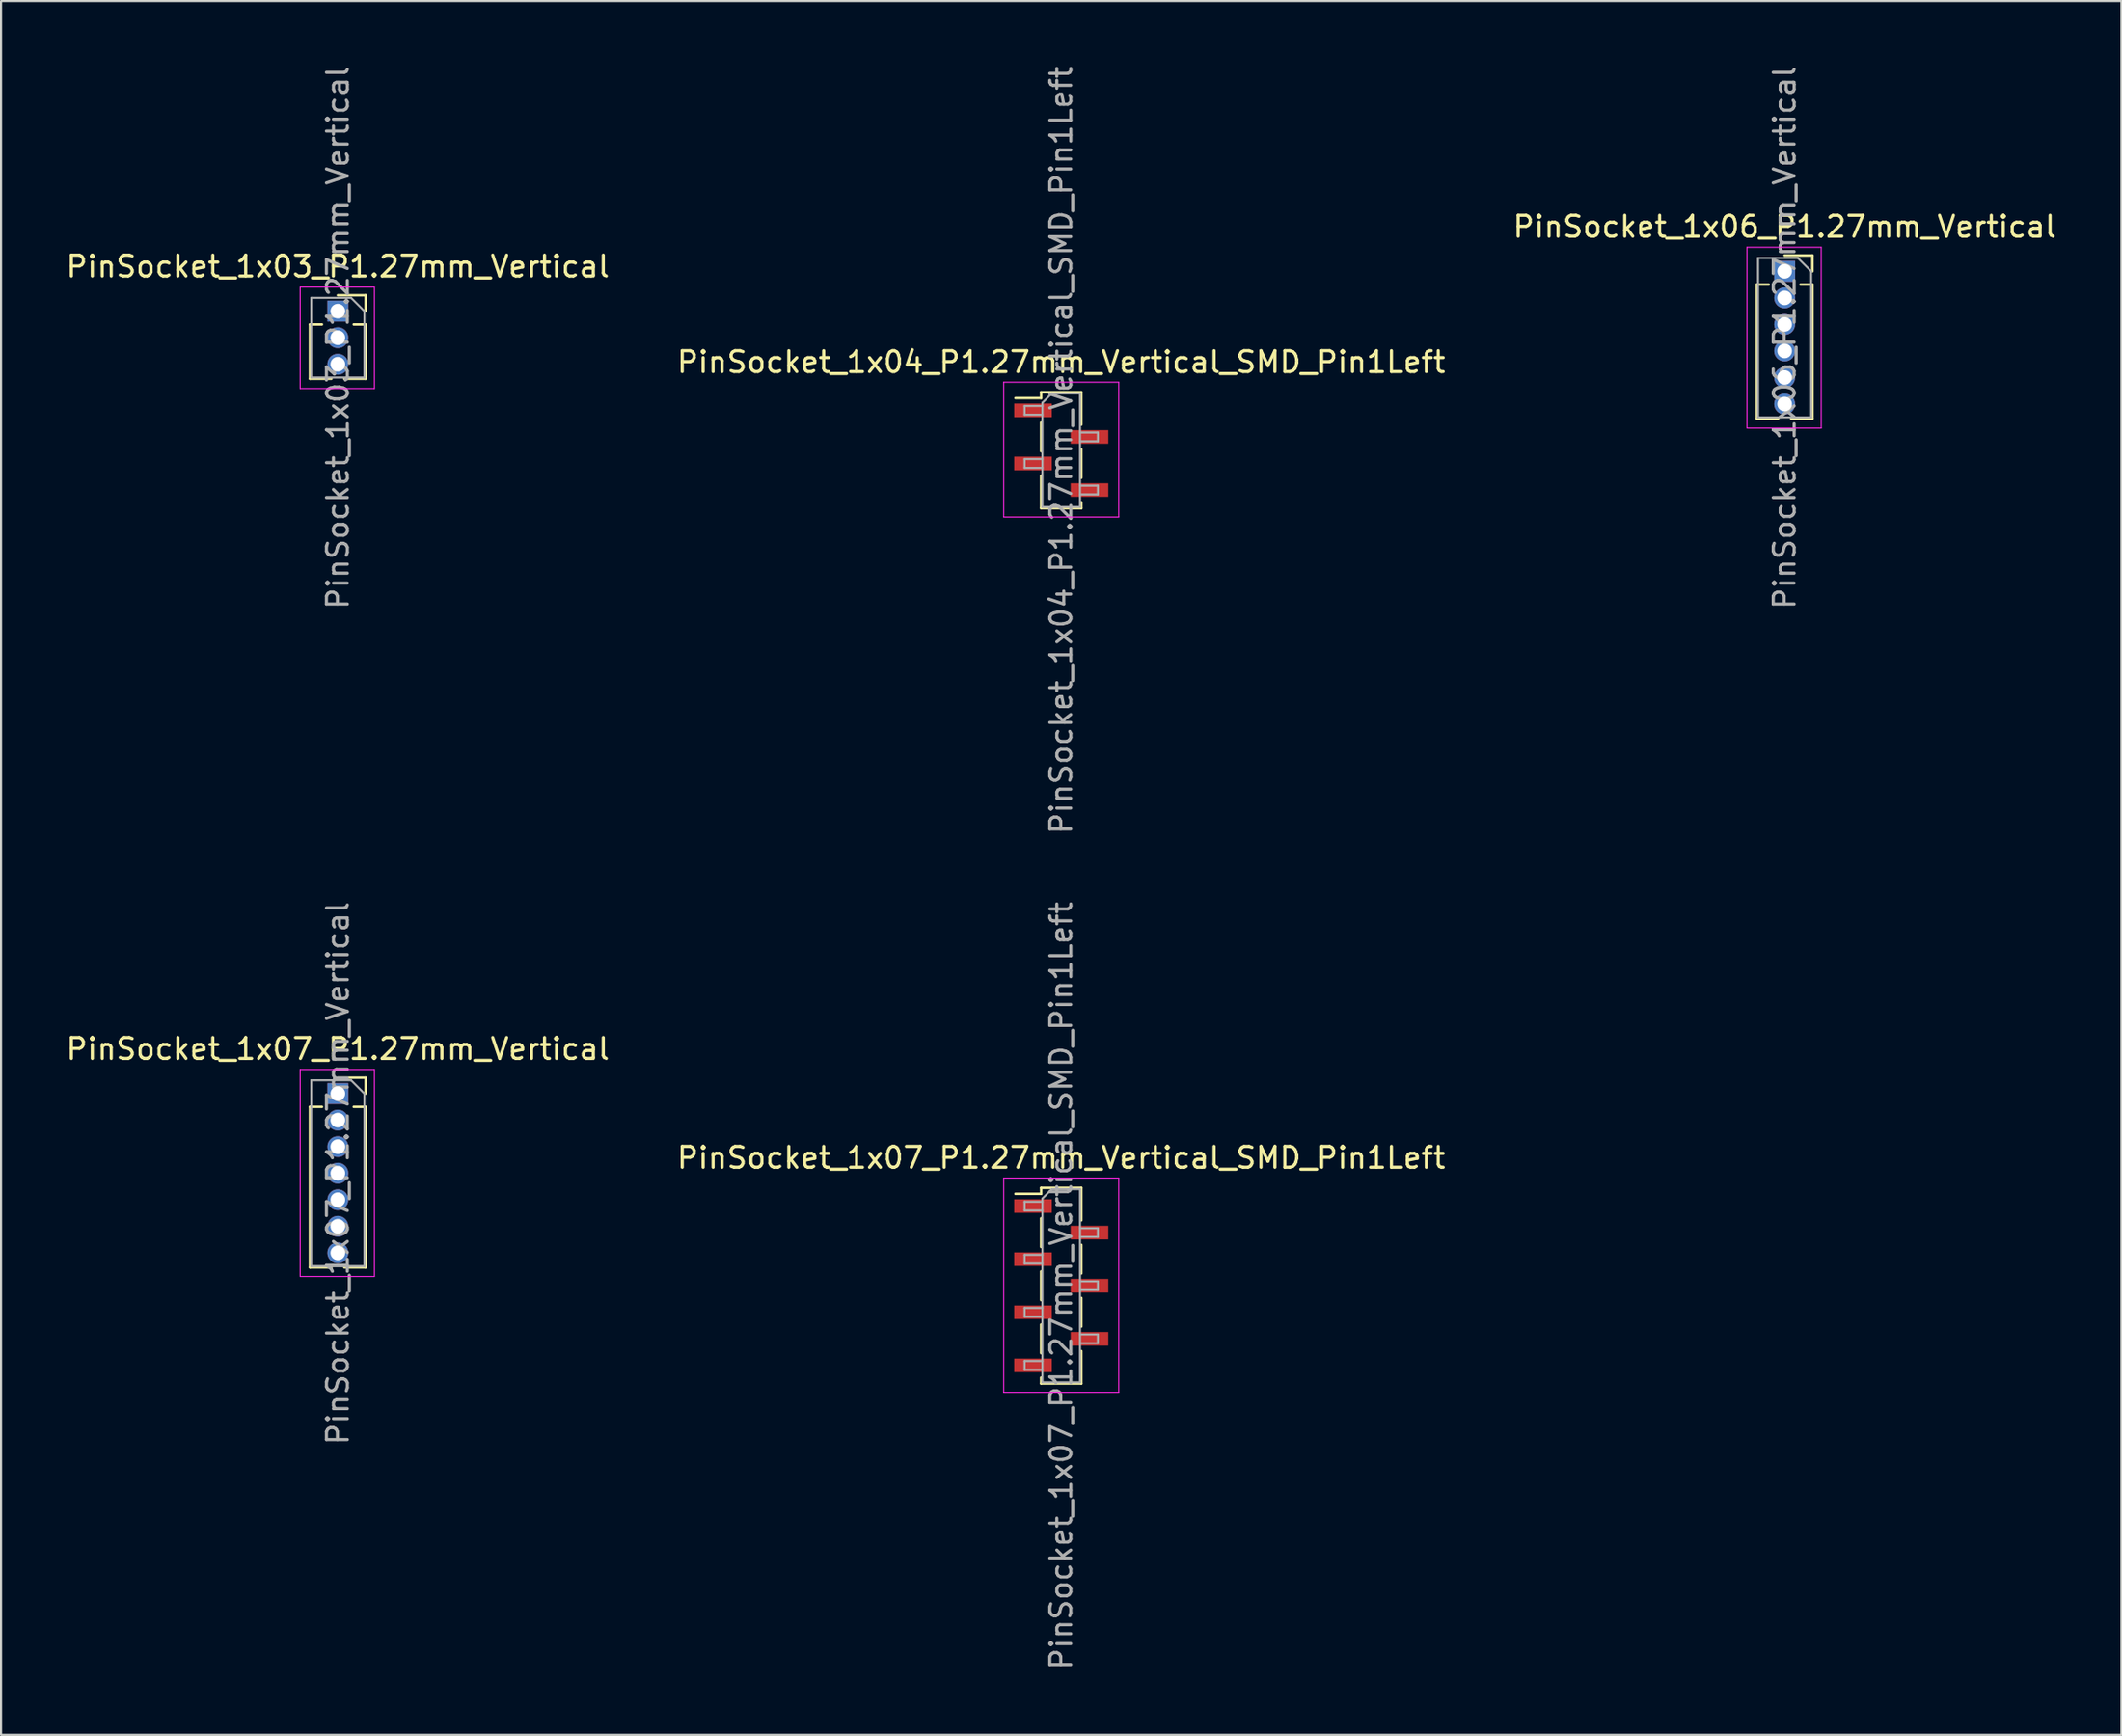
<source format=kicad_pcb>
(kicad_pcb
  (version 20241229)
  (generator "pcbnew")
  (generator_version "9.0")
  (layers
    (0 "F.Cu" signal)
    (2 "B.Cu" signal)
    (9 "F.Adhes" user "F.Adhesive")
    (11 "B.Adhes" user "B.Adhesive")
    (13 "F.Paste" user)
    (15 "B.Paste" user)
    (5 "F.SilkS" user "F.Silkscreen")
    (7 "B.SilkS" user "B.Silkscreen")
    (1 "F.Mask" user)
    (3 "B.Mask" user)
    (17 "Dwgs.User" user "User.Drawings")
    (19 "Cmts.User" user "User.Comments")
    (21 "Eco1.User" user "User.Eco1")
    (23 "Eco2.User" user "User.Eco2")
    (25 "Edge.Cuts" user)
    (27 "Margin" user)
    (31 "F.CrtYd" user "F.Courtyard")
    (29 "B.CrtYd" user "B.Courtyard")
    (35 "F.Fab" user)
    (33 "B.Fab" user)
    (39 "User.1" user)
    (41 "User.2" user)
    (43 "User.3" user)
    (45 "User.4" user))
  (footprint "PinSocket_1x06_P1.27mm_Vertical"
    (layer "F.Cu")
    (at 82.268 9.926)
    (property "Reference" "PinSocket_1x06_P1.27mm_Vertical" (at 0 -2.135 0) (layer "F.SilkS") (effects (font (size 1 1) (thickness 0.15))))
    (attr through_hole)
    (fp_line (start -1.33 0.635) (end -1.33 7.045) (stroke (width 0.12) (type solid)) (layer "F.SilkS"))
    (fp_line (start -1.33 0.635) (end -0.76 0.635) (stroke (width 0.12) (type solid)) (layer "F.SilkS"))
    (fp_line (start -1.33 7.045) (end -0.308 7.045) (stroke (width 0.12) (type solid)) (layer "F.SilkS"))
    (fp_line (start 0 -0.76) (end 1.33 -0.76) (stroke (width 0.12) (type solid)) (layer "F.SilkS"))
    (fp_line (start 0.308 7.045) (end 1.33 7.045) (stroke (width 0.12) (type solid)) (layer "F.SilkS"))
    (fp_line (start 0.76 0.635) (end 1.33 0.635) (stroke (width 0.12) (type solid)) (layer "F.SilkS"))
    (fp_line (start 1.33 -0.76) (end 1.33 0) (stroke (width 0.12) (type solid)) (layer "F.SilkS"))
    (fp_line (start 1.33 0.635) (end 1.33 7.045) (stroke (width 0.12) (type solid)) (layer "F.SilkS"))
    (fp_line (start -1.8 -1.15) (end 1.75 -1.15) (stroke (width 0.05) (type solid)) (layer "F.CrtYd"))
    (fp_line (start -1.8 7.5) (end -1.8 -1.15) (stroke (width 0.05) (type solid)) (layer "F.CrtYd"))
    (fp_line (start 1.75 -1.15) (end 1.75 7.5) (stroke (width 0.05) (type solid)) (layer "F.CrtYd"))
    (fp_line (start 1.75 7.5) (end -1.8 7.5) (stroke (width 0.05) (type solid)) (layer "F.CrtYd"))
    (fp_line (start -1.27 -0.635) (end 0.635 -0.635) (stroke (width 0.1) (type solid)) (layer "F.Fab"))
    (fp_line (start -1.27 6.985) (end -1.27 -0.635) (stroke (width 0.1) (type solid)) (layer "F.Fab"))
    (fp_line (start 0.635 -0.635) (end 1.27 0) (stroke (width 0.1) (type solid)) (layer "F.Fab"))
    (fp_line (start 1.27 0) (end 1.27 6.985) (stroke (width 0.1) (type solid)) (layer "F.Fab"))
    (fp_line (start 1.27 6.985) (end -1.27 6.985) (stroke (width 0.1) (type solid)) (layer "F.Fab"))
    (fp_text user "${REFERENCE}" (at 0 3.175 90) (layer "F.Fab") (effects (font (size 1 1) (thickness 0.15))))
    (pad "1" thru_hole rect (at 0 0) (size 1 1) (drill 0.7) (layers "*.Cu" "*.Mask"))
    (pad "2" thru_hole oval (at 0 1.27) (size 1 1) (drill 0.7) (layers "*.Cu" "*.Mask"))
    (pad "3" thru_hole oval (at 0 2.54) (size 1 1) (drill 0.7) (layers "*.Cu" "*.Mask"))
    (pad "4" thru_hole oval (at 0 3.81) (size 1 1) (drill 0.7) (layers "*.Cu" "*.Mask"))
    (pad "5" thru_hole oval (at 0 5.08) (size 1 1) (drill 0.7) (layers "*.Cu" "*.Mask"))
    (pad "6" thru_hole oval (at 0 6.35) (size 1 1) (drill 0.7) (layers "*.Cu" "*.Mask")))
  (footprint "PinSocket_1x07_P1.27mm_Vertical"
    (layer "F.Cu")
    (at 13.101 49.255)
    (property "Reference" "PinSocket_1x07_P1.27mm_Vertical" (at 0 -2.135 0) (layer "F.SilkS") (effects (font (size 1 1) (thickness 0.15))))
    (attr through_hole)
    (fp_line (start -1.33 0.635) (end -1.33 8.315) (stroke (width 0.12) (type solid)) (layer "F.SilkS"))
    (fp_line (start -1.33 0.635) (end -0.76 0.635) (stroke (width 0.12) (type solid)) (layer "F.SilkS"))
    (fp_line (start -1.33 8.315) (end -0.308 8.315) (stroke (width 0.12) (type solid)) (layer "F.SilkS"))
    (fp_line (start 0 -0.76) (end 1.33 -0.76) (stroke (width 0.12) (type solid)) (layer "F.SilkS"))
    (fp_line (start 0.308 8.315) (end 1.33 8.315) (stroke (width 0.12) (type solid)) (layer "F.SilkS"))
    (fp_line (start 0.76 0.635) (end 1.33 0.635) (stroke (width 0.12) (type solid)) (layer "F.SilkS"))
    (fp_line (start 1.33 -0.76) (end 1.33 0) (stroke (width 0.12) (type solid)) (layer "F.SilkS"))
    (fp_line (start 1.33 0.635) (end 1.33 8.315) (stroke (width 0.12) (type solid)) (layer "F.SilkS"))
    (fp_line (start -1.8 -1.15) (end 1.75 -1.15) (stroke (width 0.05) (type solid)) (layer "F.CrtYd"))
    (fp_line (start -1.8 8.75) (end -1.8 -1.15) (stroke (width 0.05) (type solid)) (layer "F.CrtYd"))
    (fp_line (start 1.75 -1.15) (end 1.75 8.75) (stroke (width 0.05) (type solid)) (layer "F.CrtYd"))
    (fp_line (start 1.75 8.75) (end -1.8 8.75) (stroke (width 0.05) (type solid)) (layer "F.CrtYd"))
    (fp_line (start -1.27 -0.635) (end 0.635 -0.635) (stroke (width 0.1) (type solid)) (layer "F.Fab"))
    (fp_line (start -1.27 8.255) (end -1.27 -0.635) (stroke (width 0.1) (type solid)) (layer "F.Fab"))
    (fp_line (start 0.635 -0.635) (end 1.27 0) (stroke (width 0.1) (type solid)) (layer "F.Fab"))
    (fp_line (start 1.27 0) (end 1.27 8.255) (stroke (width 0.1) (type solid)) (layer "F.Fab"))
    (fp_line (start 1.27 8.255) (end -1.27 8.255) (stroke (width 0.1) (type solid)) (layer "F.Fab"))
    (fp_text user "${REFERENCE}" (at 0 3.81 90) (layer "F.Fab") (effects (font (size 1 1) (thickness 0.15))))
    (pad "1" thru_hole rect (at 0 0) (size 1 1) (drill 0.7) (layers "*.Cu" "*.Mask"))
    (pad "2" thru_hole oval (at 0 1.27) (size 1 1) (drill 0.7) (layers "*.Cu" "*.Mask"))
    (pad "3" thru_hole oval (at 0 2.54) (size 1 1) (drill 0.7) (layers "*.Cu" "*.Mask"))
    (pad "4" thru_hole oval (at 0 3.81) (size 1 1) (drill 0.7) (layers "*.Cu" "*.Mask"))
    (pad "5" thru_hole oval (at 0 5.08) (size 1 1) (drill 0.7) (layers "*.Cu" "*.Mask"))
    (pad "6" thru_hole oval (at 0 6.35) (size 1 1) (drill 0.7) (layers "*.Cu" "*.Mask"))
    (pad "7" thru_hole oval (at 0 7.62) (size 1 1) (drill 0.7) (layers "*.Cu" "*.Mask")))
  (footprint "PinSocket_1x04_P1.27mm_Vertical_SMD_Pin1Left"
    (layer "F.Cu")
    (at 47.685 18.482)
    (property "Reference" "PinSocket_1x04_P1.27mm_Vertical_SMD_Pin1Left" (at 0 -4.215 0) (layer "F.SilkS") (effects (font (size 1 1) (thickness 0.15))))
    (attr smd)
    (fp_line (start -2.19 -2.49) (end -0.96 -2.49) (stroke (width 0.12) (type solid)) (layer "F.SilkS"))
    (fp_line (start -0.96 -2.775) (end -0.96 -2.49) (stroke (width 0.12) (type solid)) (layer "F.SilkS"))
    (fp_line (start -0.96 -2.775) (end 0.96 -2.775) (stroke (width 0.12) (type solid)) (layer "F.SilkS"))
    (fp_line (start -0.96 -1.32) (end -0.96 0.05) (stroke (width 0.12) (type solid)) (layer "F.SilkS"))
    (fp_line (start -0.96 1.22) (end -0.96 2.775) (stroke (width 0.12) (type solid)) (layer "F.SilkS"))
    (fp_line (start -0.96 2.775) (end 0.96 2.775) (stroke (width 0.12) (type solid)) (layer "F.SilkS"))
    (fp_line (start 0.96 -2.775) (end 0.96 -1.22) (stroke (width 0.12) (type solid)) (layer "F.SilkS"))
    (fp_line (start 0.96 -0.05) (end 0.96 1.32) (stroke (width 0.12) (type solid)) (layer "F.SilkS"))
    (fp_line (start 0.96 2.49) (end 0.96 2.775) (stroke (width 0.12) (type solid)) (layer "F.SilkS"))
    (fp_line (start -2.75 -3.25) (end 2.75 -3.25) (stroke (width 0.05) (type solid)) (layer "F.CrtYd"))
    (fp_line (start -2.75 3.2) (end -2.75 -3.25) (stroke (width 0.05) (type solid)) (layer "F.CrtYd"))
    (fp_line (start 2.75 -3.25) (end 2.75 3.2) (stroke (width 0.05) (type solid)) (layer "F.CrtYd"))
    (fp_line (start 2.75 3.2) (end -2.75 3.2) (stroke (width 0.05) (type solid)) (layer "F.CrtYd"))
    (fp_line (start -1.75 -2.115) (end -0.9 -2.115) (stroke (width 0.1) (type solid)) (layer "F.Fab"))
    (fp_line (start -1.75 -1.695) (end -1.75 -2.115) (stroke (width 0.1) (type solid)) (layer "F.Fab"))
    (fp_line (start -1.75 0.425) (end -0.9 0.425) (stroke (width 0.1) (type solid)) (layer "F.Fab"))
    (fp_line (start -1.75 0.845) (end -1.75 0.425) (stroke (width 0.1) (type solid)) (layer "F.Fab"))
    (fp_line (start -0.9 -2.265) (end -0.45 -2.715) (stroke (width 0.1) (type solid)) (layer "F.Fab"))
    (fp_line (start -0.9 -1.695) (end -1.75 -1.695) (stroke (width 0.1) (type solid)) (layer "F.Fab"))
    (fp_line (start -0.9 0.845) (end -1.75 0.845) (stroke (width 0.1) (type solid)) (layer "F.Fab"))
    (fp_line (start -0.9 2.715) (end -0.9 -2.265) (stroke (width 0.1) (type solid)) (layer "F.Fab"))
    (fp_line (start -0.45 -2.715) (end 0.9 -2.715) (stroke (width 0.1) (type solid)) (layer "F.Fab"))
    (fp_line (start 0.9 -2.715) (end 0.9 2.715) (stroke (width 0.1) (type solid)) (layer "F.Fab"))
    (fp_line (start 0.9 -0.845) (end 1.75 -0.845) (stroke (width 0.1) (type solid)) (layer "F.Fab"))
    (fp_line (start 0.9 1.695) (end 1.75 1.695) (stroke (width 0.1) (type solid)) (layer "F.Fab"))
    (fp_line (start 0.9 2.715) (end -0.9 2.715) (stroke (width 0.1) (type solid)) (layer "F.Fab"))
    (fp_line (start 1.75 -0.845) (end 1.75 -0.425) (stroke (width 0.1) (type solid)) (layer "F.Fab"))
    (fp_line (start 1.75 -0.425) (end 0.9 -0.425) (stroke (width 0.1) (type solid)) (layer "F.Fab"))
    (fp_line (start 1.75 1.695) (end 1.75 2.115) (stroke (width 0.1) (type solid)) (layer "F.Fab"))
    (fp_line (start 1.75 2.115) (end 0.9 2.115) (stroke (width 0.1) (type solid)) (layer "F.Fab"))
    (fp_text user "${REFERENCE}" (at 0 0 90) (layer "F.Fab") (effects (font (size 1 1) (thickness 0.15))))
    (pad "1" smd rect (at -1.35 -1.905) (size 1.8 0.65) (layers "F.Cu" "F.Mask" "F.Paste"))
    (pad "2" smd rect (at 1.35 -0.635) (size 1.8 0.65) (layers "F.Cu" "F.Mask" "F.Paste"))
    (pad "3" smd rect (at -1.35 0.635) (size 1.8 0.65) (layers "F.Cu" "F.Mask" "F.Paste"))
    (pad "4" smd rect (at 1.35 1.905) (size 1.8 0.65) (layers "F.Cu" "F.Mask" "F.Paste")))
  (footprint "PinSocket_1x03_P1.27mm_Vertical"
    (layer "F.Cu")
    (at 13.101 11.831)
    (property "Reference" "PinSocket_1x03_P1.27mm_Vertical" (at 0 -2.135 0) (layer "F.SilkS") (effects (font (size 1 1) (thickness 0.15))))
    (attr through_hole)
    (fp_line (start -1.33 0.635) (end -1.33 3.235) (stroke (width 0.12) (type solid)) (layer "F.SilkS"))
    (fp_line (start -1.33 0.635) (end -0.76 0.635) (stroke (width 0.12) (type solid)) (layer "F.SilkS"))
    (fp_line (start -1.33 3.235) (end -0.308 3.235) (stroke (width 0.12) (type solid)) (layer "F.SilkS"))
    (fp_line (start 0 -0.76) (end 1.33 -0.76) (stroke (width 0.12) (type solid)) (layer "F.SilkS"))
    (fp_line (start 0.308 3.235) (end 1.33 3.235) (stroke (width 0.12) (type solid)) (layer "F.SilkS"))
    (fp_line (start 0.76 0.635) (end 1.33 0.635) (stroke (width 0.12) (type solid)) (layer "F.SilkS"))
    (fp_line (start 1.33 -0.76) (end 1.33 0) (stroke (width 0.12) (type solid)) (layer "F.SilkS"))
    (fp_line (start 1.33 0.635) (end 1.33 3.235) (stroke (width 0.12) (type solid)) (layer "F.SilkS"))
    (fp_line (start -1.8 -1.15) (end 1.75 -1.15) (stroke (width 0.05) (type solid)) (layer "F.CrtYd"))
    (fp_line (start -1.8 3.7) (end -1.8 -1.15) (stroke (width 0.05) (type solid)) (layer "F.CrtYd"))
    (fp_line (start 1.75 -1.15) (end 1.75 3.7) (stroke (width 0.05) (type solid)) (layer "F.CrtYd"))
    (fp_line (start 1.75 3.7) (end -1.8 3.7) (stroke (width 0.05) (type solid)) (layer "F.CrtYd"))
    (fp_line (start -1.27 -0.635) (end 0.635 -0.635) (stroke (width 0.1) (type solid)) (layer "F.Fab"))
    (fp_line (start -1.27 3.175) (end -1.27 -0.635) (stroke (width 0.1) (type solid)) (layer "F.Fab"))
    (fp_line (start 0.635 -0.635) (end 1.27 0) (stroke (width 0.1) (type solid)) (layer "F.Fab"))
    (fp_line (start 1.27 0) (end 1.27 3.175) (stroke (width 0.1) (type solid)) (layer "F.Fab"))
    (fp_line (start 1.27 3.175) (end -1.27 3.175) (stroke (width 0.1) (type solid)) (layer "F.Fab"))
    (fp_text user "${REFERENCE}" (at 0 1.27 90) (layer "F.Fab") (effects (font (size 1 1) (thickness 0.15))))
    (pad "1" thru_hole rect (at 0 0) (size 1 1) (drill 0.7) (layers "*.Cu" "*.Mask"))
    (pad "2" thru_hole oval (at 0 1.27) (size 1 1) (drill 0.7) (layers "*.Cu" "*.Mask"))
    (pad "3" thru_hole oval (at 0 2.54) (size 1 1) (drill 0.7) (layers "*.Cu" "*.Mask")))
  (footprint "PinSocket_1x07_P1.27mm_Vertical_SMD_Pin1Left"
    (layer "F.Cu")
    (at 47.685 58.446)
    (property "Reference" "PinSocket_1x07_P1.27mm_Vertical_SMD_Pin1Left" (at 0 -6.12 0) (layer "F.SilkS") (effects (font (size 1 1) (thickness 0.15))))
    (attr smd)
    (fp_line (start -2.19 -4.395) (end -0.96 -4.395) (stroke (width 0.12) (type solid)) (layer "F.SilkS"))
    (fp_line (start -0.96 -4.68) (end -0.96 -4.395) (stroke (width 0.12) (type solid)) (layer "F.SilkS"))
    (fp_line (start -0.96 -4.68) (end 0.96 -4.68) (stroke (width 0.12) (type solid)) (layer "F.SilkS"))
    (fp_line (start -0.96 -3.225) (end -0.96 -1.855) (stroke (width 0.12) (type solid)) (layer "F.SilkS"))
    (fp_line (start -0.96 -0.685) (end -0.96 0.685) (stroke (width 0.12) (type solid)) (layer "F.SilkS"))
    (fp_line (start -0.96 1.855) (end -0.96 3.225) (stroke (width 0.12) (type solid)) (layer "F.SilkS"))
    (fp_line (start -0.96 4.395) (end -0.96 4.68) (stroke (width 0.12) (type solid)) (layer "F.SilkS"))
    (fp_line (start -0.96 4.68) (end 0.96 4.68) (stroke (width 0.12) (type solid)) (layer "F.SilkS"))
    (fp_line (start 0.96 -4.68) (end 0.96 -3.125) (stroke (width 0.12) (type solid)) (layer "F.SilkS"))
    (fp_line (start 0.96 -1.955) (end 0.96 -0.585) (stroke (width 0.12) (type solid)) (layer "F.SilkS"))
    (fp_line (start 0.96 0.585) (end 0.96 1.955) (stroke (width 0.12) (type solid)) (layer "F.SilkS"))
    (fp_line (start 0.96 3.125) (end 0.96 4.68) (stroke (width 0.12) (type solid)) (layer "F.SilkS"))
    (fp_line (start -2.75 -5.15) (end 2.75 -5.15) (stroke (width 0.05) (type solid)) (layer "F.CrtYd"))
    (fp_line (start -2.75 5.1) (end -2.75 -5.15) (stroke (width 0.05) (type solid)) (layer "F.CrtYd"))
    (fp_line (start 2.75 -5.15) (end 2.75 5.1) (stroke (width 0.05) (type solid)) (layer "F.CrtYd"))
    (fp_line (start 2.75 5.1) (end -2.75 5.1) (stroke (width 0.05) (type solid)) (layer "F.CrtYd"))
    (fp_line (start -1.75 -4.02) (end -0.9 -4.02) (stroke (width 0.1) (type solid)) (layer "F.Fab"))
    (fp_line (start -1.75 -3.6) (end -1.75 -4.02) (stroke (width 0.1) (type solid)) (layer "F.Fab"))
    (fp_line (start -1.75 -1.48) (end -0.9 -1.48) (stroke (width 0.1) (type solid)) (layer "F.Fab"))
    (fp_line (start -1.75 -1.06) (end -1.75 -1.48) (stroke (width 0.1) (type solid)) (layer "F.Fab"))
    (fp_line (start -1.75 1.06) (end -0.9 1.06) (stroke (width 0.1) (type solid)) (layer "F.Fab"))
    (fp_line (start -1.75 1.48) (end -1.75 1.06) (stroke (width 0.1) (type solid)) (layer "F.Fab"))
    (fp_line (start -1.75 3.6) (end -0.9 3.6) (stroke (width 0.1) (type solid)) (layer "F.Fab"))
    (fp_line (start -1.75 4.02) (end -1.75 3.6) (stroke (width 0.1) (type solid)) (layer "F.Fab"))
    (fp_line (start -0.9 -4.17) (end -0.45 -4.62) (stroke (width 0.1) (type solid)) (layer "F.Fab"))
    (fp_line (start -0.9 -3.6) (end -1.75 -3.6) (stroke (width 0.1) (type solid)) (layer "F.Fab"))
    (fp_line (start -0.9 -1.06) (end -1.75 -1.06) (stroke (width 0.1) (type solid)) (layer "F.Fab"))
    (fp_line (start -0.9 1.48) (end -1.75 1.48) (stroke (width 0.1) (type solid)) (layer "F.Fab"))
    (fp_line (start -0.9 4.02) (end -1.75 4.02) (stroke (width 0.1) (type solid)) (layer "F.Fab"))
    (fp_line (start -0.9 4.62) (end -0.9 -4.17) (stroke (width 0.1) (type solid)) (layer "F.Fab"))
    (fp_line (start -0.45 -4.62) (end 0.9 -4.62) (stroke (width 0.1) (type solid)) (layer "F.Fab"))
    (fp_line (start 0.9 -4.62) (end 0.9 4.62) (stroke (width 0.1) (type solid)) (layer "F.Fab"))
    (fp_line (start 0.9 -2.75) (end 1.75 -2.75) (stroke (width 0.1) (type solid)) (layer "F.Fab"))
    (fp_line (start 0.9 -0.21) (end 1.75 -0.21) (stroke (width 0.1) (type solid)) (layer "F.Fab"))
    (fp_line (start 0.9 2.33) (end 1.75 2.33) (stroke (width 0.1) (type solid)) (layer "F.Fab"))
    (fp_line (start 0.9 4.62) (end -0.9 4.62) (stroke (width 0.1) (type solid)) (layer "F.Fab"))
    (fp_line (start 1.75 -2.75) (end 1.75 -2.33) (stroke (width 0.1) (type solid)) (layer "F.Fab"))
    (fp_line (start 1.75 -2.33) (end 0.9 -2.33) (stroke (width 0.1) (type solid)) (layer "F.Fab"))
    (fp_line (start 1.75 -0.21) (end 1.75 0.21) (stroke (width 0.1) (type solid)) (layer "F.Fab"))
    (fp_line (start 1.75 0.21) (end 0.9 0.21) (stroke (width 0.1) (type solid)) (layer "F.Fab"))
    (fp_line (start 1.75 2.33) (end 1.75 2.75) (stroke (width 0.1) (type solid)) (layer "F.Fab"))
    (fp_line (start 1.75 2.75) (end 0.9 2.75) (stroke (width 0.1) (type solid)) (layer "F.Fab"))
    (fp_text user "${REFERENCE}" (at 0 0 90) (layer "F.Fab") (effects (font (size 1 1) (thickness 0.15))))
    (pad "1" smd rect (at -1.35 -3.81) (size 1.8 0.65) (layers "F.Cu" "F.Mask" "F.Paste"))
    (pad "2" smd rect (at 1.35 -2.54) (size 1.8 0.65) (layers "F.Cu" "F.Mask" "F.Paste"))
    (pad "3" smd rect (at -1.35 -1.27) (size 1.8 0.65) (layers "F.Cu" "F.Mask" "F.Paste"))
    (pad "4" smd rect (at 1.35 0) (size 1.8 0.65) (layers "F.Cu" "F.Mask" "F.Paste"))
    (pad "5" smd rect (at -1.35 1.27) (size 1.8 0.65) (layers "F.Cu" "F.Mask" "F.Paste"))
    (pad "6" smd rect (at 1.35 2.54) (size 1.8 0.65) (layers "F.Cu" "F.Mask" "F.Paste"))
    (pad "7" smd rect (at -1.35 3.81) (size 1.8 0.65) (layers "F.Cu" "F.Mask" "F.Paste")))
  (gr_rect
    (start -3 -3)
    (end 98.369 79.929)
    (stroke (width 0.1) (type default))
    (fill no)
    (layer "Edge.Cuts")))
</source>
